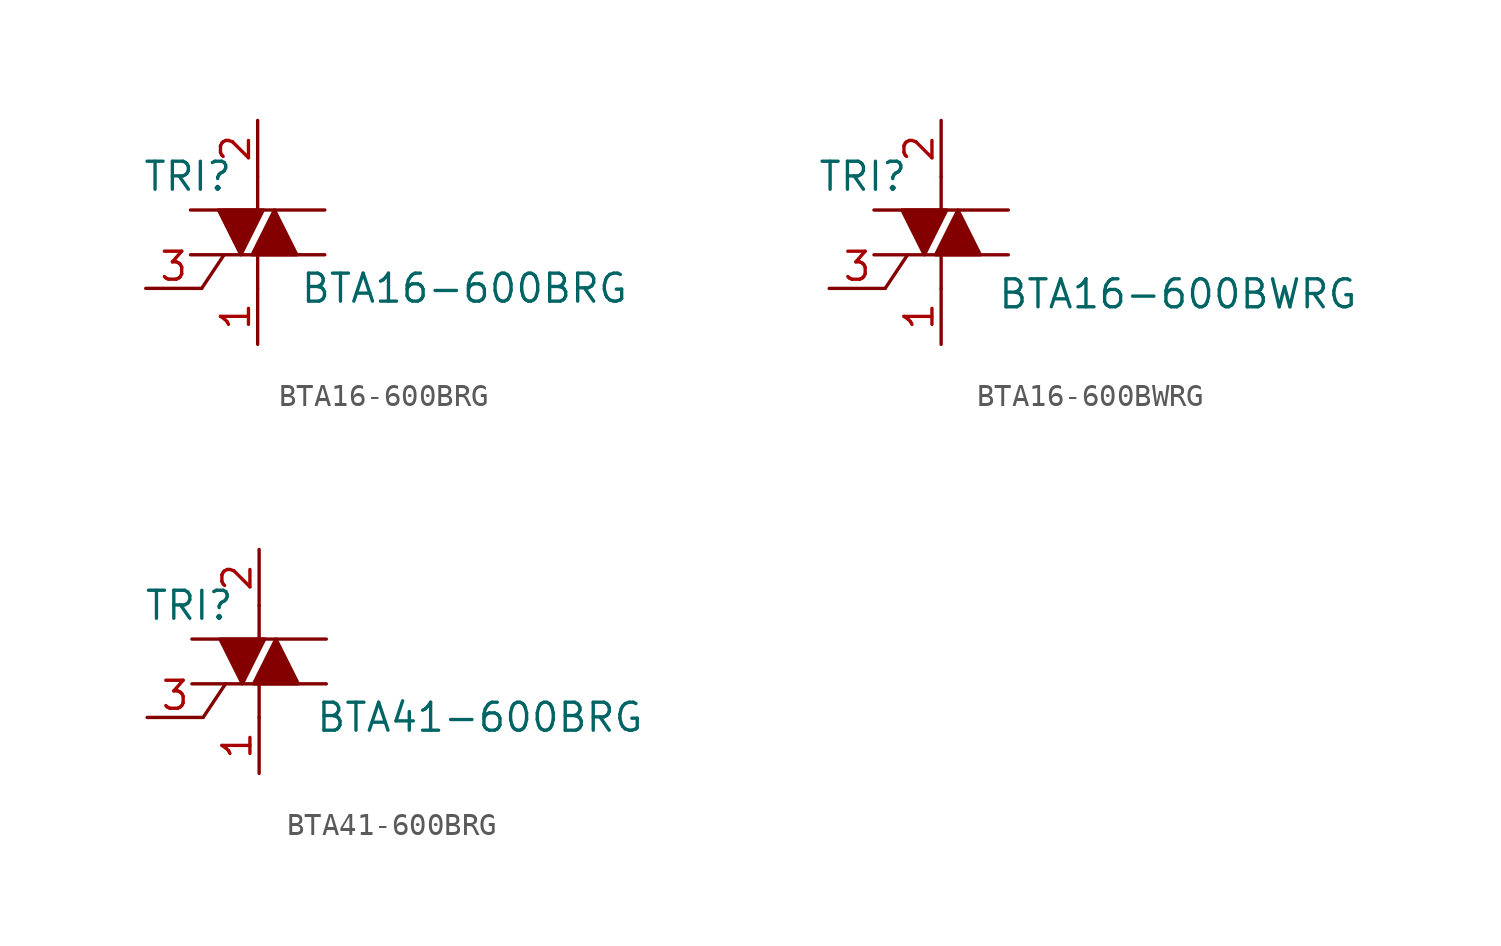
<source format=kicad_sym>
(kicad_symbol_lib
  (version 20201005)
  (generator kicad_symbol_editor)
  (symbol "BTA16-600BRG"
    (pin_names
      (offset 0) hide)
    (property "Reference" "TRI"
      (at -3.175 2.54 0)
      (effects (font (size 1.27 1.27))))
    (property "Value" "BTA16-600BRG"
      (at 1.905 -2.54 0)
      (effects (font (size 1.27 1.27)) (justify left)))
    (symbol "BTA16-600BRG_0_1"
      (polyline (pts (xy -3.048 1.016) (xy 3.048 1.016)) (stroke (width 0)) (fill (type none)))
      (polyline (pts (xy -2.54 -2.54) (xy -1.524 -1.016)) (stroke (width 0)) (fill (type none)))
      (polyline (pts (xy 0 -2.54) (xy 0 -1.016)) (stroke (width 0)) (fill (type none)))
      (polyline (pts (xy 0 2.54) (xy 0 1.016)) (stroke (width 0)) (fill (type none)))
      (polyline (pts (xy 3.048 -1.016) (xy -3.048 -1.016)) (stroke (width 0)) (fill (type none)))
      (polyline (pts (xy -0.762 -1.016) (xy -1.778 1.016) (xy 0.254 1.016) (xy -0.762 -1.016)) (stroke (width 0)) (fill (type outline)))
      (polyline (pts (xy 0.762 1.016) (xy -0.254 -1.016) (xy 1.778 -1.016) (xy 0.762 1.016)) (stroke (width 0)) (fill (type outline))))
    (symbol "BTA16-600BRG_1_1"
      (pin passive line (at 0 -5.08 90) (length 2.54) (name "A1" (effects (font (size 1.27 1.27)))) (number "1" (effects (font (size 1.27 1.27)))))
      (pin passive line (at 0 5.08 270) (length 2.54) (name "A2" (effects (font (size 1.27 1.27)))) (number "2" (effects (font (size 1.27 1.27)))))
      (pin input line (at -5.08 -2.54 0) (length 2.54) (name "G" (effects (font (size 1.27 1.27)))) (number "3" (effects (font (size 1.27 1.27)))))))
  (symbol "BTA16-600BWRG"
    (pin_names
      (offset 0) hide)
    (property "Reference" "TRI"
      (at -3.556 2.54 0)
      (effects (font (size 1.27 1.27))))
    (property "Value" "BTA16-600BWRG"
      (at 2.54 -2.794 0)
      (effects (font (size 1.27 1.27)) (justify left)))
    (symbol "BTA16-600BWRG_0_1"
      (polyline (pts (xy -3.048 1.016) (xy 3.048 1.016)) (stroke (width 0)) (fill (type none)))
      (polyline (pts (xy -2.54 -2.54) (xy -1.524 -1.016)) (stroke (width 0)) (fill (type none)))
      (polyline (pts (xy 0 -2.54) (xy 0 -1.016)) (stroke (width 0)) (fill (type none)))
      (polyline (pts (xy 0 2.54) (xy 0 1.016)) (stroke (width 0)) (fill (type none)))
      (polyline (pts (xy 3.048 -1.016) (xy -3.048 -1.016)) (stroke (width 0)) (fill (type none)))
      (polyline (pts (xy -0.762 -1.016) (xy -1.778 1.016) (xy 0.254 1.016) (xy -0.762 -1.016)) (stroke (width 0)) (fill (type outline)))
      (polyline (pts (xy 0.762 1.016) (xy -0.254 -1.016) (xy 1.778 -1.016) (xy 0.762 1.016)) (stroke (width 0)) (fill (type outline))))
    (symbol "BTA16-600BWRG_1_1"
      (pin passive line (at 0 -5.08 90) (length 2.54) (name "A1" (effects (font (size 1.27 1.27)))) (number "1" (effects (font (size 1.27 1.27)))))
      (pin passive line (at 0 5.08 270) (length 2.54) (name "A2" (effects (font (size 1.27 1.27)))) (number "2" (effects (font (size 1.27 1.27)))))
      (pin input line (at -5.08 -2.54 0) (length 2.54) (name "G" (effects (font (size 1.27 1.27)))) (number "3" (effects (font (size 1.27 1.27)))))))
  (symbol "BTA41-600BRG"
    (pin_names
      (offset 0) hide)
    (property "Reference" "TRI"
      (at -3.175 2.54 0)
      (effects (font (size 1.27 1.27))))
    (property "Value" "BTA41-600BRG"
      (at 2.54 -2.54 0)
      (effects (font (size 1.27 1.27)) (justify left)))
    (symbol "BTA41-600BRG_0_1"
      (polyline (pts (xy -3.048 1.016) (xy 3.048 1.016)) (stroke (width 0)) (fill (type none)))
      (polyline (pts (xy -2.54 -2.54) (xy -1.524 -1.016)) (stroke (width 0)) (fill (type none)))
      (polyline (pts (xy 0 -2.54) (xy 0 -1.016)) (stroke (width 0)) (fill (type none)))
      (polyline (pts (xy 0 2.54) (xy 0 1.016)) (stroke (width 0)) (fill (type none)))
      (polyline (pts (xy 3.048 -1.016) (xy -3.048 -1.016)) (stroke (width 0)) (fill (type none)))
      (polyline (pts (xy -0.762 -1.016) (xy -1.778 1.016) (xy 0.254 1.016) (xy -0.762 -1.016)) (stroke (width 0)) (fill (type outline)))
      (polyline (pts (xy 0.762 1.016) (xy -0.254 -1.016) (xy 1.778 -1.016) (xy 0.762 1.016)) (stroke (width 0)) (fill (type outline))))
    (symbol "BTA41-600BRG_1_1"
      (pin passive line (at 0 -5.08 90) (length 2.54) (name "A1" (effects (font (size 1.27 1.27)))) (number "1" (effects (font (size 1.27 1.27)))))
      (pin passive line (at 0 5.08 270) (length 2.54) (name "A2" (effects (font (size 1.27 1.27)))) (number "2" (effects (font (size 1.27 1.27)))))
      (pin input line (at -5.08 -2.54 0) (length 2.54) (name "G" (effects (font (size 1.27 1.27)))) (number "3" (effects (font (size 1.27 1.27))))))))
</source>
